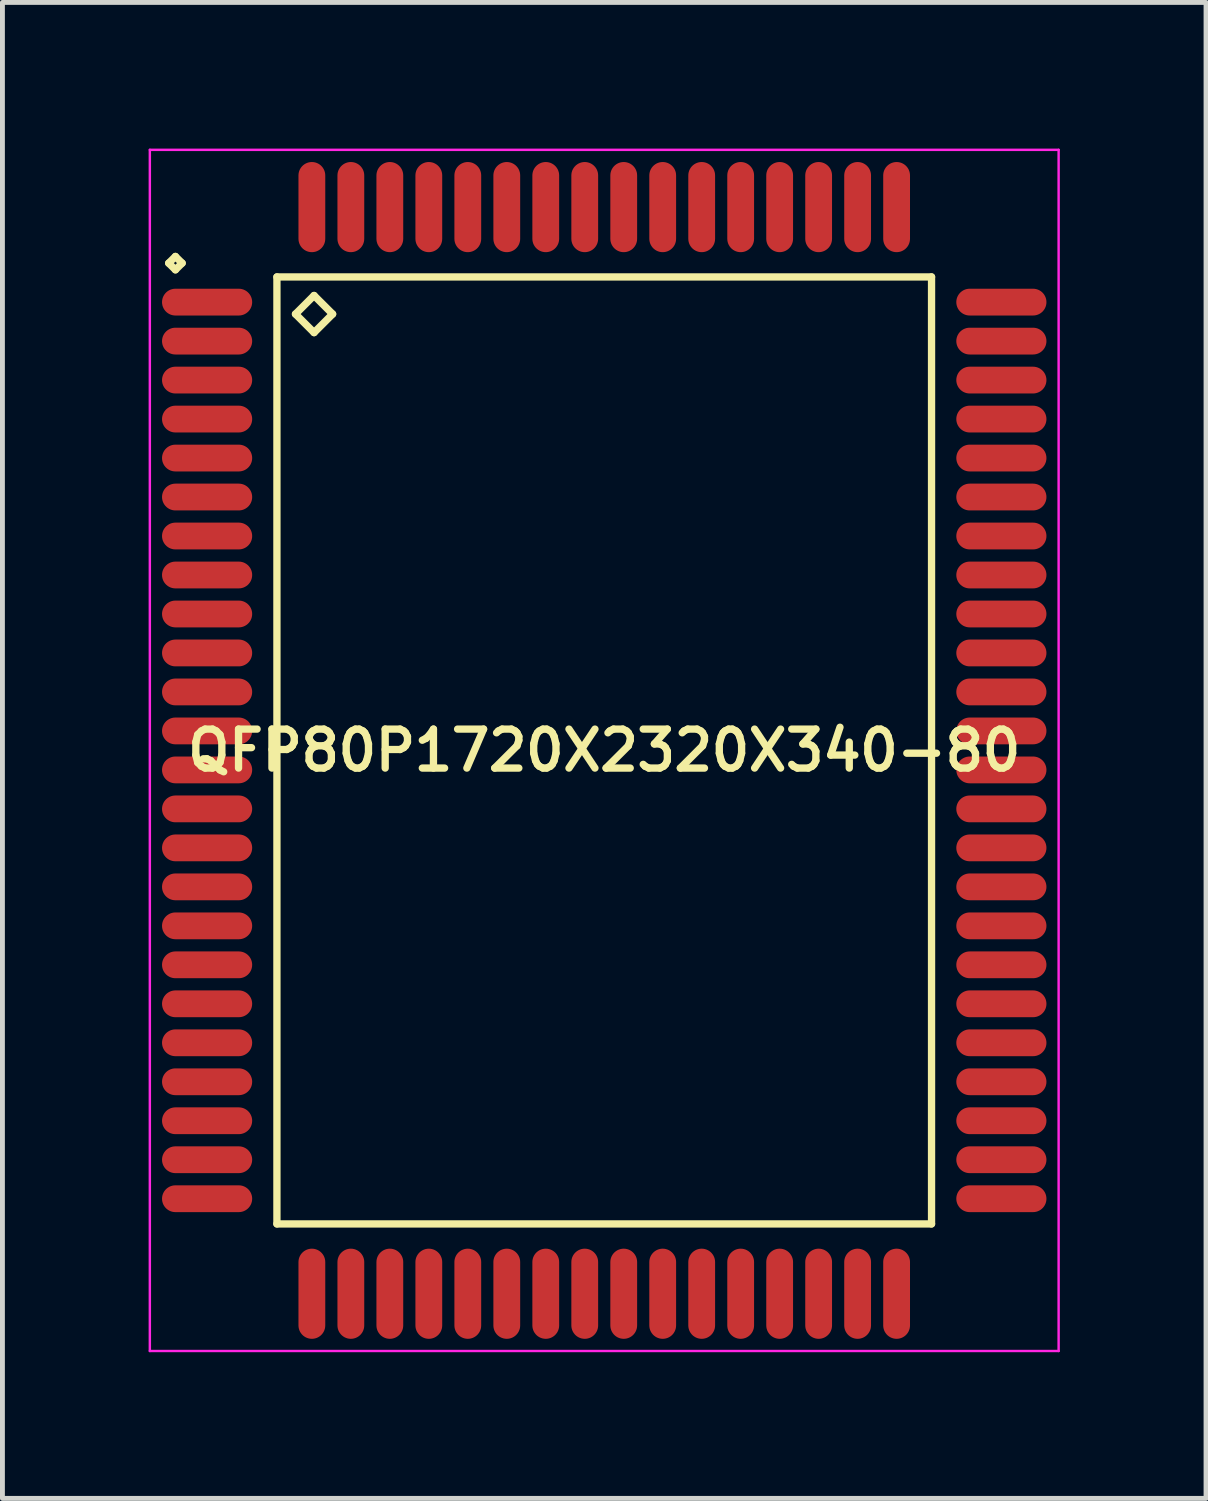
<source format=kicad_pcb>
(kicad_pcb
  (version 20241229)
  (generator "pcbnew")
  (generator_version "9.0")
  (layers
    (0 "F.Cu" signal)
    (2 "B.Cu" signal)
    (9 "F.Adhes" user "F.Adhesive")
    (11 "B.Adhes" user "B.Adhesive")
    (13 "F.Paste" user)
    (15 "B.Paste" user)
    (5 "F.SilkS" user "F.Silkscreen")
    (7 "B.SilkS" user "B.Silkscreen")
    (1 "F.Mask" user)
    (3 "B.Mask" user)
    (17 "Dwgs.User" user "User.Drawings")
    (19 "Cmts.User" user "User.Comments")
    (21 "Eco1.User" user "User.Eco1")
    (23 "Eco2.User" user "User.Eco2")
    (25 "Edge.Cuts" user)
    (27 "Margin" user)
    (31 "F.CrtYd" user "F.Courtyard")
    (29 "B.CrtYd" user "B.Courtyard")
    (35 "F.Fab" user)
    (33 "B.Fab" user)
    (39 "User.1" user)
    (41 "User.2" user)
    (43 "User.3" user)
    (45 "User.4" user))
  (footprint "QFP80P1720X2320X340-80"
    (layer "F.Cu")
    (at 9.35 12.35)
    (property "Reference" "QFP80P1720X2320X340-80" (at 0 0 0) (layer "F.SilkS") (effects (font (size 0.8 0.8) (thickness 0.15))))
    (attr smd)
    (fp_line (start -8.938 -10) (end -8.8 -10.137) (stroke (width 0.15) (type solid)) (layer "F.SilkS"))
    (fp_line (start -8.8 -10.137) (end -8.662 -10) (stroke (width 0.15) (type solid)) (layer "F.SilkS"))
    (fp_line (start -8.8 -9.863) (end -8.938 -10) (stroke (width 0.15) (type solid)) (layer "F.SilkS"))
    (fp_line (start -8.662 -10) (end -8.8 -9.863) (stroke (width 0.15) (type solid)) (layer "F.SilkS"))
    (fp_line (start -6.717 -9.717) (end -6.717 9.717) (stroke (width 0.15) (type solid)) (layer "F.SilkS"))
    (fp_line (start -6.717 9.717) (end 6.717 9.717) (stroke (width 0.15) (type solid)) (layer "F.SilkS"))
    (fp_line (start -6.336 -8.955) (end -5.955 -9.336) (stroke (width 0.15) (type solid)) (layer "F.SilkS"))
    (fp_line (start -5.955 -9.336) (end -5.574 -8.955) (stroke (width 0.15) (type solid)) (layer "F.SilkS"))
    (fp_line (start -5.955 -8.574) (end -6.336 -8.955) (stroke (width 0.15) (type solid)) (layer "F.SilkS"))
    (fp_line (start -5.574 -8.955) (end -5.955 -8.574) (stroke (width 0.15) (type solid)) (layer "F.SilkS"))
    (fp_line (start 6.717 -9.717) (end -6.717 -9.717) (stroke (width 0.15) (type solid)) (layer "F.SilkS"))
    (fp_line (start 6.717 9.717) (end 6.717 -9.717) (stroke (width 0.15) (type solid)) (layer "F.SilkS"))
    (fp_line (start -9.325 -12.325) (end 9.325 -12.325) (stroke (width 0.05) (type solid)) (layer "F.CrtYd"))
    (fp_line (start -9.325 12.325) (end -9.325 -12.325) (stroke (width 0.05) (type solid)) (layer "F.CrtYd"))
    (fp_line (start 9.325 -12.325) (end 9.325 12.325) (stroke (width 0.05) (type solid)) (layer "F.CrtYd"))
    (fp_line (start 9.325 12.325) (end -9.325 12.325) (stroke (width 0.05) (type solid)) (layer "F.CrtYd"))
    (pad "1" smd oval (at -8.15 -9.2) (size 1.85 0.55) (layers "F.Cu" "F.Mask" "F.Paste"))
    (pad "2" smd oval (at -8.15 -8.4) (size 1.85 0.55) (layers "F.Cu" "F.Mask" "F.Paste"))
    (pad "3" smd oval (at -8.15 -7.6) (size 1.85 0.55) (layers "F.Cu" "F.Mask" "F.Paste"))
    (pad "4" smd oval (at -8.15 -6.8) (size 1.85 0.55) (layers "F.Cu" "F.Mask" "F.Paste"))
    (pad "5" smd oval (at -8.15 -6) (size 1.85 0.55) (layers "F.Cu" "F.Mask" "F.Paste"))
    (pad "6" smd oval (at -8.15 -5.2) (size 1.85 0.55) (layers "F.Cu" "F.Mask" "F.Paste"))
    (pad "7" smd oval (at -8.15 -4.4) (size 1.85 0.55) (layers "F.Cu" "F.Mask" "F.Paste"))
    (pad "8" smd oval (at -8.15 -3.6) (size 1.85 0.55) (layers "F.Cu" "F.Mask" "F.Paste"))
    (pad "9" smd oval (at -8.15 -2.8) (size 1.85 0.55) (layers "F.Cu" "F.Mask" "F.Paste"))
    (pad "10" smd oval (at -8.15 -2) (size 1.85 0.55) (layers "F.Cu" "F.Mask" "F.Paste"))
    (pad "11" smd oval (at -8.15 -1.2) (size 1.85 0.55) (layers "F.Cu" "F.Mask" "F.Paste"))
    (pad "12" smd oval (at -8.15 -0.4) (size 1.85 0.55) (layers "F.Cu" "F.Mask" "F.Paste"))
    (pad "13" smd oval (at -8.15 0.4) (size 1.85 0.55) (layers "F.Cu" "F.Mask" "F.Paste"))
    (pad "14" smd oval (at -8.15 1.2) (size 1.85 0.55) (layers "F.Cu" "F.Mask" "F.Paste"))
    (pad "15" smd oval (at -8.15 2) (size 1.85 0.55) (layers "F.Cu" "F.Mask" "F.Paste"))
    (pad "16" smd oval (at -8.15 2.8) (size 1.85 0.55) (layers "F.Cu" "F.Mask" "F.Paste"))
    (pad "17" smd oval (at -8.15 3.6) (size 1.85 0.55) (layers "F.Cu" "F.Mask" "F.Paste"))
    (pad "18" smd oval (at -8.15 4.4) (size 1.85 0.55) (layers "F.Cu" "F.Mask" "F.Paste"))
    (pad "19" smd oval (at -8.15 5.2) (size 1.85 0.55) (layers "F.Cu" "F.Mask" "F.Paste"))
    (pad "20" smd oval (at -8.15 6) (size 1.85 0.55) (layers "F.Cu" "F.Mask" "F.Paste"))
    (pad "21" smd oval (at -8.15 6.8) (size 1.85 0.55) (layers "F.Cu" "F.Mask" "F.Paste"))
    (pad "22" smd oval (at -8.15 7.6) (size 1.85 0.55) (layers "F.Cu" "F.Mask" "F.Paste"))
    (pad "23" smd oval (at -8.15 8.4) (size 1.85 0.55) (layers "F.Cu" "F.Mask" "F.Paste"))
    (pad "24" smd oval (at -8.15 9.2) (size 1.85 0.55) (layers "F.Cu" "F.Mask" "F.Paste"))
    (pad "25" smd oval (at -6 11.15) (size 0.55 1.85) (layers "F.Cu" "F.Mask" "F.Paste"))
    (pad "26" smd oval (at -5.2 11.15) (size 0.55 1.85) (layers "F.Cu" "F.Mask" "F.Paste"))
    (pad "27" smd oval (at -4.4 11.15) (size 0.55 1.85) (layers "F.Cu" "F.Mask" "F.Paste"))
    (pad "28" smd oval (at -3.6 11.15) (size 0.55 1.85) (layers "F.Cu" "F.Mask" "F.Paste"))
    (pad "29" smd oval (at -2.8 11.15) (size 0.55 1.85) (layers "F.Cu" "F.Mask" "F.Paste"))
    (pad "30" smd oval (at -2 11.15) (size 0.55 1.85) (layers "F.Cu" "F.Mask" "F.Paste"))
    (pad "31" smd oval (at -1.2 11.15) (size 0.55 1.85) (layers "F.Cu" "F.Mask" "F.Paste"))
    (pad "32" smd oval (at -0.4 11.15) (size 0.55 1.85) (layers "F.Cu" "F.Mask" "F.Paste"))
    (pad "33" smd oval (at 0.4 11.15) (size 0.55 1.85) (layers "F.Cu" "F.Mask" "F.Paste"))
    (pad "34" smd oval (at 1.2 11.15) (size 0.55 1.85) (layers "F.Cu" "F.Mask" "F.Paste"))
    (pad "35" smd oval (at 2 11.15) (size 0.55 1.85) (layers "F.Cu" "F.Mask" "F.Paste"))
    (pad "36" smd oval (at 2.8 11.15) (size 0.55 1.85) (layers "F.Cu" "F.Mask" "F.Paste"))
    (pad "37" smd oval (at 3.6 11.15) (size 0.55 1.85) (layers "F.Cu" "F.Mask" "F.Paste"))
    (pad "38" smd oval (at 4.4 11.15) (size 0.55 1.85) (layers "F.Cu" "F.Mask" "F.Paste"))
    (pad "39" smd oval (at 5.2 11.15) (size 0.55 1.85) (layers "F.Cu" "F.Mask" "F.Paste"))
    (pad "40" smd oval (at 6 11.15) (size 0.55 1.85) (layers "F.Cu" "F.Mask" "F.Paste"))
    (pad "41" smd oval (at 8.15 9.2) (size 1.85 0.55) (layers "F.Cu" "F.Mask" "F.Paste"))
    (pad "42" smd oval (at 8.15 8.4) (size 1.85 0.55) (layers "F.Cu" "F.Mask" "F.Paste"))
    (pad "43" smd oval (at 8.15 7.6) (size 1.85 0.55) (layers "F.Cu" "F.Mask" "F.Paste"))
    (pad "44" smd oval (at 8.15 6.8) (size 1.85 0.55) (layers "F.Cu" "F.Mask" "F.Paste"))
    (pad "45" smd oval (at 8.15 6) (size 1.85 0.55) (layers "F.Cu" "F.Mask" "F.Paste"))
    (pad "46" smd oval (at 8.15 5.2) (size 1.85 0.55) (layers "F.Cu" "F.Mask" "F.Paste"))
    (pad "47" smd oval (at 8.15 4.4) (size 1.85 0.55) (layers "F.Cu" "F.Mask" "F.Paste"))
    (pad "48" smd oval (at 8.15 3.6) (size 1.85 0.55) (layers "F.Cu" "F.Mask" "F.Paste"))
    (pad "49" smd oval (at 8.15 2.8) (size 1.85 0.55) (layers "F.Cu" "F.Mask" "F.Paste"))
    (pad "50" smd oval (at 8.15 2) (size 1.85 0.55) (layers "F.Cu" "F.Mask" "F.Paste"))
    (pad "51" smd oval (at 8.15 1.2) (size 1.85 0.55) (layers "F.Cu" "F.Mask" "F.Paste"))
    (pad "52" smd oval (at 8.15 0.4) (size 1.85 0.55) (layers "F.Cu" "F.Mask" "F.Paste"))
    (pad "53" smd oval (at 8.15 -0.4) (size 1.85 0.55) (layers "F.Cu" "F.Mask" "F.Paste"))
    (pad "54" smd oval (at 8.15 -1.2) (size 1.85 0.55) (layers "F.Cu" "F.Mask" "F.Paste"))
    (pad "55" smd oval (at 8.15 -2) (size 1.85 0.55) (layers "F.Cu" "F.Mask" "F.Paste"))
    (pad "56" smd oval (at 8.15 -2.8) (size 1.85 0.55) (layers "F.Cu" "F.Mask" "F.Paste"))
    (pad "57" smd oval (at 8.15 -3.6) (size 1.85 0.55) (layers "F.Cu" "F.Mask" "F.Paste"))
    (pad "58" smd oval (at 8.15 -4.4) (size 1.85 0.55) (layers "F.Cu" "F.Mask" "F.Paste"))
    (pad "59" smd oval (at 8.15 -5.2) (size 1.85 0.55) (layers "F.Cu" "F.Mask" "F.Paste"))
    (pad "60" smd oval (at 8.15 -6) (size 1.85 0.55) (layers "F.Cu" "F.Mask" "F.Paste"))
    (pad "61" smd oval (at 8.15 -6.8) (size 1.85 0.55) (layers "F.Cu" "F.Mask" "F.Paste"))
    (pad "62" smd oval (at 8.15 -7.6) (size 1.85 0.55) (layers "F.Cu" "F.Mask" "F.Paste"))
    (pad "63" smd oval (at 8.15 -8.4) (size 1.85 0.55) (layers "F.Cu" "F.Mask" "F.Paste"))
    (pad "64" smd oval (at 8.15 -9.2) (size 1.85 0.55) (layers "F.Cu" "F.Mask" "F.Paste"))
    (pad "65" smd oval (at 6 -11.15) (size 0.55 1.85) (layers "F.Cu" "F.Mask" "F.Paste"))
    (pad "66" smd oval (at 5.2 -11.15) (size 0.55 1.85) (layers "F.Cu" "F.Mask" "F.Paste"))
    (pad "67" smd oval (at 4.4 -11.15) (size 0.55 1.85) (layers "F.Cu" "F.Mask" "F.Paste"))
    (pad "68" smd oval (at 3.6 -11.15) (size 0.55 1.85) (layers "F.Cu" "F.Mask" "F.Paste"))
    (pad "69" smd oval (at 2.8 -11.15) (size 0.55 1.85) (layers "F.Cu" "F.Mask" "F.Paste"))
    (pad "70" smd oval (at 2 -11.15) (size 0.55 1.85) (layers "F.Cu" "F.Mask" "F.Paste"))
    (pad "71" smd oval (at 1.2 -11.15) (size 0.55 1.85) (layers "F.Cu" "F.Mask" "F.Paste"))
    (pad "72" smd oval (at 0.4 -11.15) (size 0.55 1.85) (layers "F.Cu" "F.Mask" "F.Paste"))
    (pad "73" smd oval (at -0.4 -11.15) (size 0.55 1.85) (layers "F.Cu" "F.Mask" "F.Paste"))
    (pad "74" smd oval (at -1.2 -11.15) (size 0.55 1.85) (layers "F.Cu" "F.Mask" "F.Paste"))
    (pad "75" smd oval (at -2 -11.15) (size 0.55 1.85) (layers "F.Cu" "F.Mask" "F.Paste"))
    (pad "76" smd oval (at -2.8 -11.15) (size 0.55 1.85) (layers "F.Cu" "F.Mask" "F.Paste"))
    (pad "77" smd oval (at -3.6 -11.15) (size 0.55 1.85) (layers "F.Cu" "F.Mask" "F.Paste"))
    (pad "78" smd oval (at -4.4 -11.15) (size 0.55 1.85) (layers "F.Cu" "F.Mask" "F.Paste"))
    (pad "79" smd oval (at -5.2 -11.15) (size 0.55 1.85) (layers "F.Cu" "F.Mask" "F.Paste"))
    (pad "80" smd oval (at -6 -11.15) (size 0.55 1.85) (layers "F.Cu" "F.Mask" "F.Paste")))
  (gr_rect
    (start -3 -3)
    (end 21.7 27.7)
    (stroke (width 0.1) (type default))
    (fill no)
    (layer "Edge.Cuts")))
</source>
